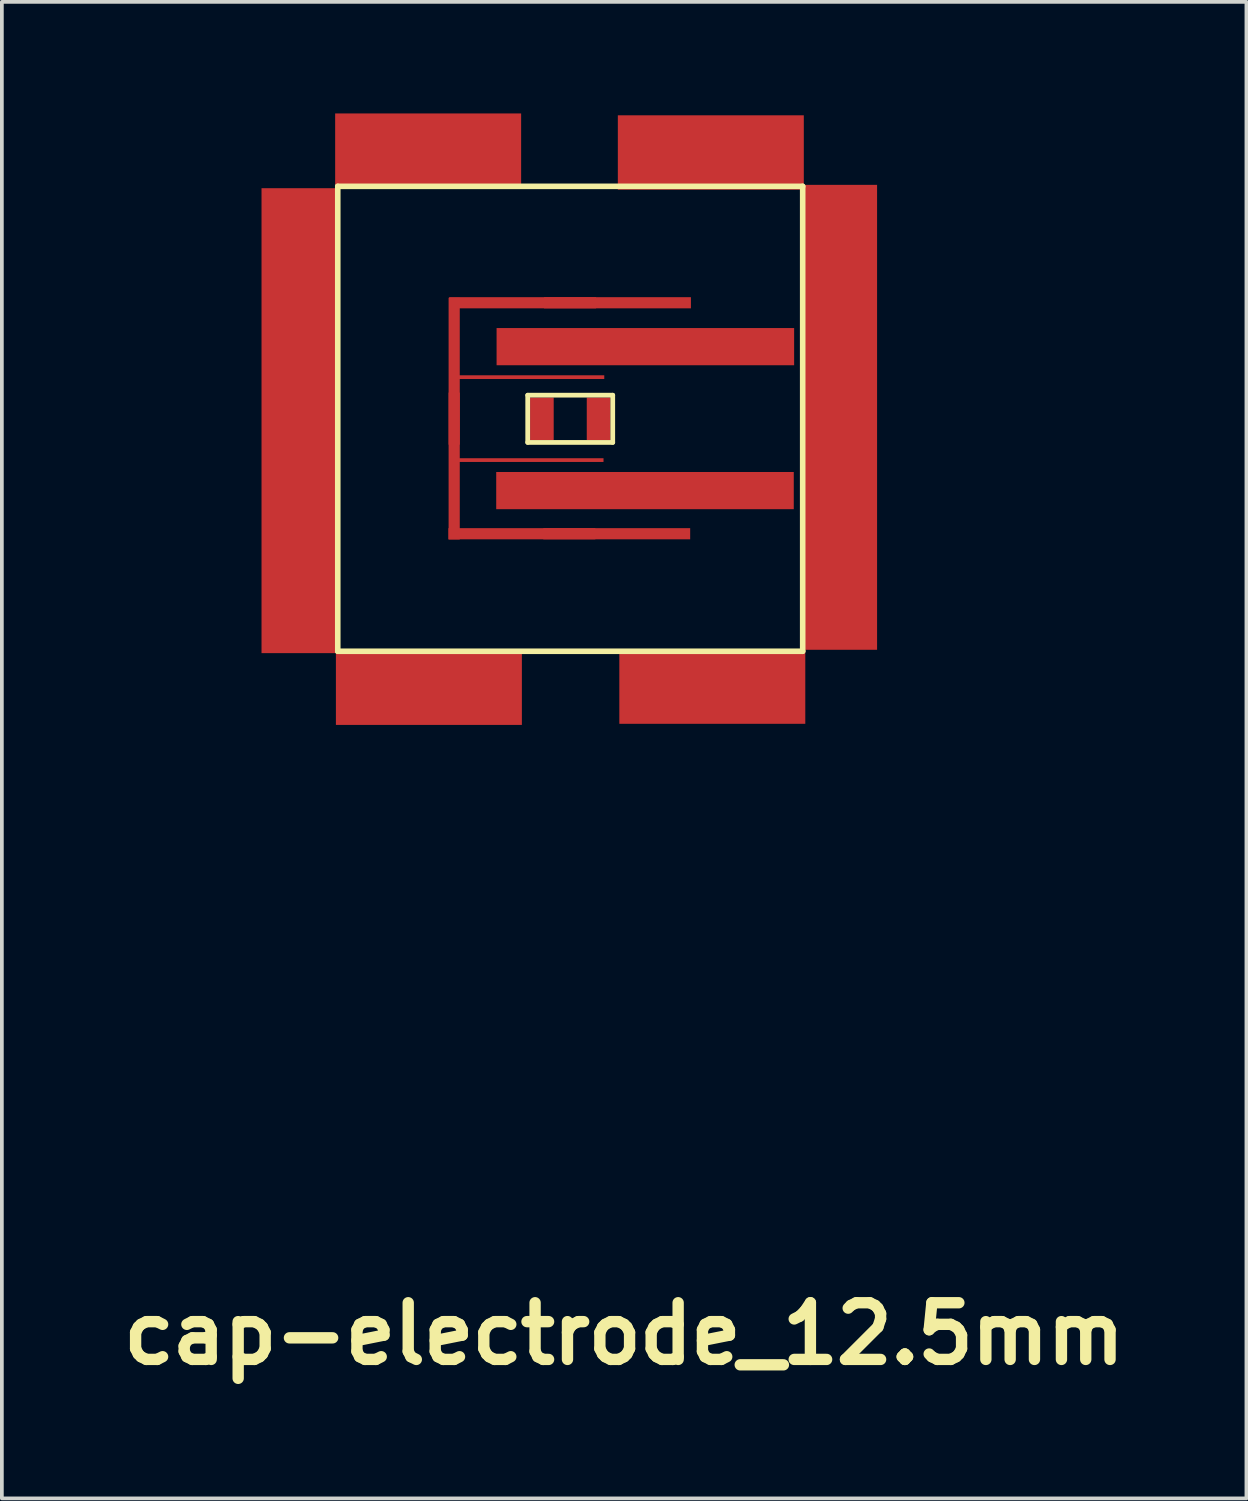
<source format=kicad_pcb>
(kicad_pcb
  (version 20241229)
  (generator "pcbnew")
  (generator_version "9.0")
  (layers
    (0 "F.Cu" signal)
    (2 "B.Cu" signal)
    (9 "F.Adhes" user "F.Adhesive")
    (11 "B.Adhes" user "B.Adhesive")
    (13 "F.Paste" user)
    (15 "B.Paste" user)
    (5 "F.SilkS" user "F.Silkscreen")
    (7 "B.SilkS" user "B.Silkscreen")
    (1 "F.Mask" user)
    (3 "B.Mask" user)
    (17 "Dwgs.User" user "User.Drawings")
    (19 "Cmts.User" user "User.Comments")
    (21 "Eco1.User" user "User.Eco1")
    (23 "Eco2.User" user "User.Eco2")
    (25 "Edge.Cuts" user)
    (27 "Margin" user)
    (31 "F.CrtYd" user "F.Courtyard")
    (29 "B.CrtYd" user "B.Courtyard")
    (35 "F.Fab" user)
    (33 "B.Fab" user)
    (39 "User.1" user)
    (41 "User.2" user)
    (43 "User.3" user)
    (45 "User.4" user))
  (footprint "cap-electrode_12.5mm"
    (layer "F.Cu")
    (at 12.281 8.21)
    (property "Reference" "cap-electrode_12.5mm" (at 1.45 24.6 0) (layer "F.SilkS") (effects (font (size 1.524 1.524) (thickness 0.305))))
    (attr through_hole)
    (fp_line (start -6.25 -6.25) (end -6.25 6.25) (stroke (width 0.15) (type solid)) (layer "F.SilkS"))
    (fp_line (start -6.25 -6.25) (end 6.25 -6.25) (stroke (width 0.15) (type solid)) (layer "F.SilkS"))
    (fp_line (start -6.25 6.25) (end 6.25 6.25) (stroke (width 0.15) (type solid)) (layer "F.SilkS"))
    (fp_line (start -1.143 -0.635) (end 1.143 -0.635) (stroke (width 0.127) (type solid)) (layer "F.SilkS"))
    (fp_line (start -1.143 0.635) (end -1.143 -0.635) (stroke (width 0.127) (type solid)) (layer "F.SilkS"))
    (fp_line (start 1.143 -0.635) (end 1.143 0.635) (stroke (width 0.127) (type solid)) (layer "F.SilkS"))
    (fp_line (start 1.143 0.635) (end -1.143 0.635) (stroke (width 0.127) (type solid)) (layer "F.SilkS"))
    (fp_line (start 6.25 -6.25) (end 6.25 6.25) (stroke (width 0.15) (type solid)) (layer "F.SilkS"))
    (pad "1" smd rect (at -7.3 0.05 90) (size 12.5 2) (layers "F.Cu" "F.Mask" "F.Paste"))
    (pad "1" smd rect (at -3.82 -7.21) (size 5 2) (layers "F.Cu" "F.Mask" "F.Paste"))
    (pad "1" smd rect (at -3.8 7.23 180) (size 5 2) (layers "F.Cu" "F.Mask" "F.Paste"))
    (pad "1" smd rect (at -0.762 0) (size 0.635 1.143) (layers "F.Cu" "F.Mask" "F.Paste"))
    (pad "1" smd rect (at 2.01 1.93 180) (size 8 1) (layers "F.Cu" "F.Mask" "F.Paste"))
    (pad "1" smd rect (at 2.02 -1.94 180) (size 8 1) (layers "F.Cu" "F.Mask" "F.Paste"))
    (pad "1" smd rect (at 3.78 -7.16) (size 5 2) (layers "F.Cu" "F.Mask" "F.Paste"))
    (pad "1" smd rect (at 3.82 7.2 180) (size 5 2) (layers "F.Cu" "F.Mask" "F.Paste"))
    (pad "1" smd rect (at 7.25 -0.04) (size 2 12.5) (layers "F.Cu" "F.Mask" "F.Paste"))
    (pad "2" smd rect (at -3.12 -1.28 270) (size 3.95 0.3) (layers "F.Cu" "F.Mask" "F.Paste"))
    (pad "2" smd rect (at -3.12 1.27 270) (size 3.95 0.3) (layers "F.Cu" "F.Mask" "F.Paste"))
    (pad "2" smd rect (at -1.3 3.09 180) (size 3.95 0.3) (layers "F.Cu" "F.Mask" "F.Paste"))
    (pad "2" smd rect (at -1.28 -3.12 180) (size 3.95 0.3) (layers "F.Cu" "F.Mask" "F.Paste"))
    (pad "2" smd rect (at -1.08 1.11 180) (size 3.95 0.1) (layers "F.Cu" "F.Mask" "F.Paste"))
    (pad "2" smd rect (at -1.06 -1.12 180) (size 3.95 0.1) (layers "F.Cu" "F.Mask" "F.Paste"))
    (pad "2" smd rect (at 0.762 0) (size 0.635 1.143) (layers "F.Cu" "F.Mask" "F.Paste"))
    (pad "2" smd rect (at 1.25 3.09 180) (size 3.95 0.3) (layers "F.Cu" "F.Mask" "F.Paste"))
    (pad "2" smd rect (at 1.27 -3.12 180) (size 3.95 0.3) (layers "F.Cu" "F.Mask" "F.Paste")))
  (gr_rect
    (start -3 -3)
    (end 30.461 37.236)
    (stroke (width 0.1) (type default))
    (fill no)
    (layer "Edge.Cuts")))
</source>
